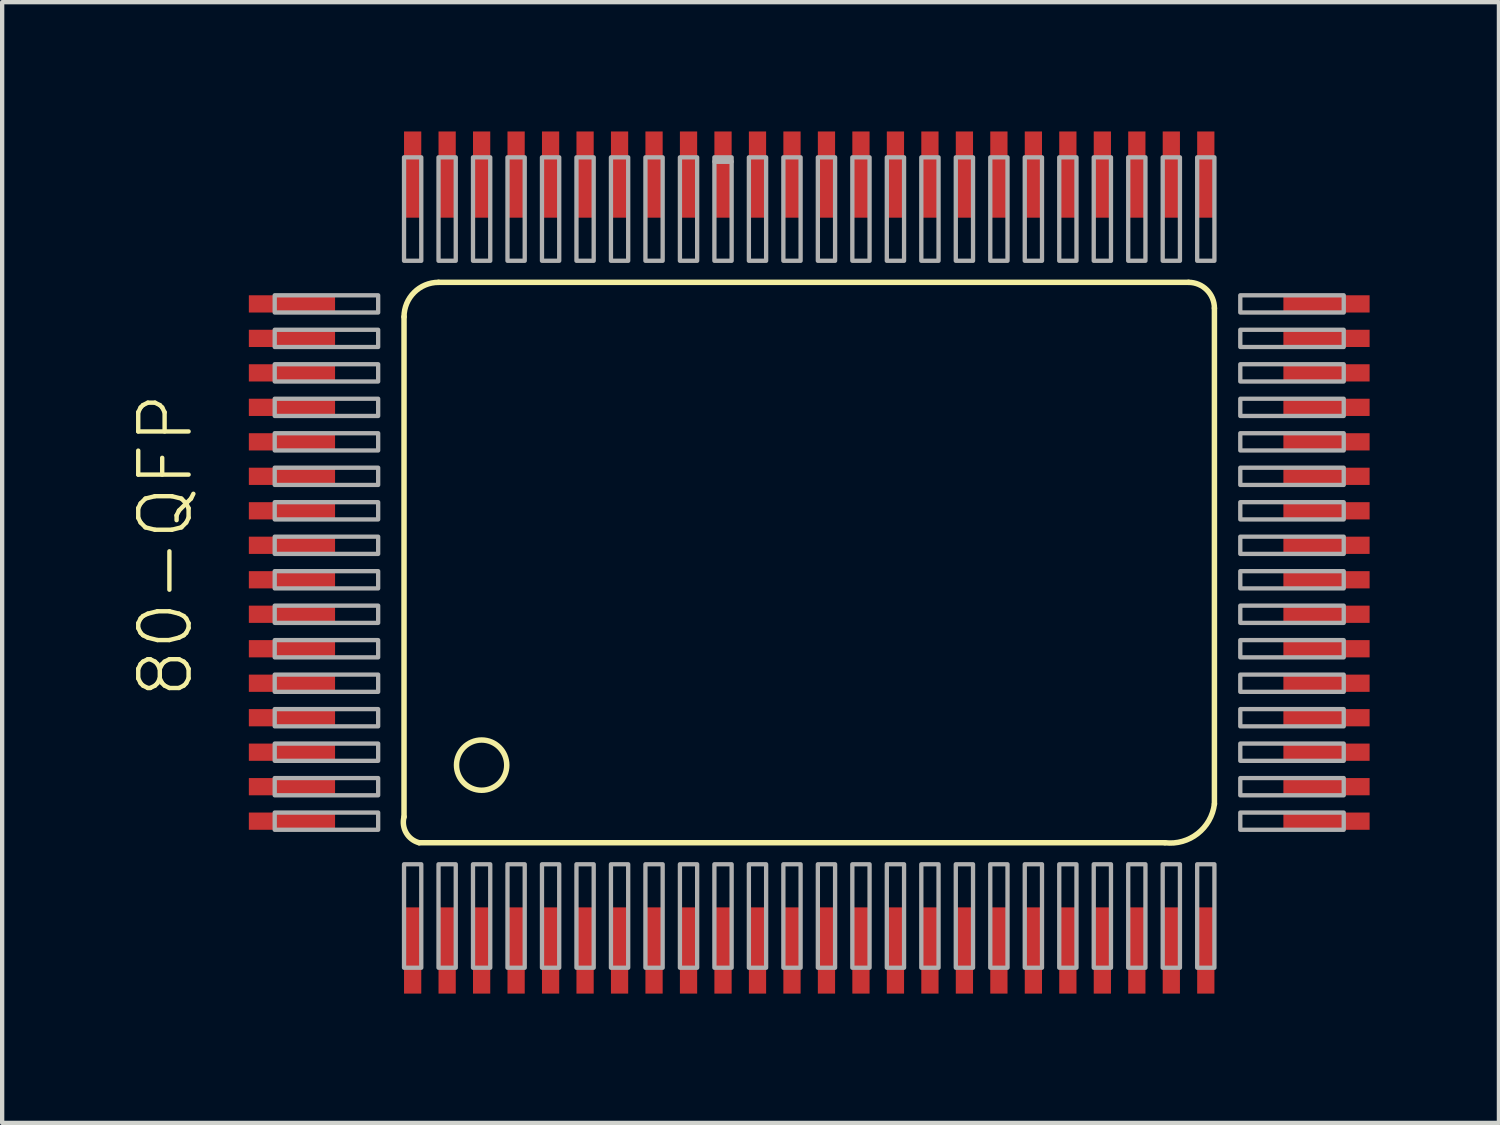
<source format=kicad_pcb>
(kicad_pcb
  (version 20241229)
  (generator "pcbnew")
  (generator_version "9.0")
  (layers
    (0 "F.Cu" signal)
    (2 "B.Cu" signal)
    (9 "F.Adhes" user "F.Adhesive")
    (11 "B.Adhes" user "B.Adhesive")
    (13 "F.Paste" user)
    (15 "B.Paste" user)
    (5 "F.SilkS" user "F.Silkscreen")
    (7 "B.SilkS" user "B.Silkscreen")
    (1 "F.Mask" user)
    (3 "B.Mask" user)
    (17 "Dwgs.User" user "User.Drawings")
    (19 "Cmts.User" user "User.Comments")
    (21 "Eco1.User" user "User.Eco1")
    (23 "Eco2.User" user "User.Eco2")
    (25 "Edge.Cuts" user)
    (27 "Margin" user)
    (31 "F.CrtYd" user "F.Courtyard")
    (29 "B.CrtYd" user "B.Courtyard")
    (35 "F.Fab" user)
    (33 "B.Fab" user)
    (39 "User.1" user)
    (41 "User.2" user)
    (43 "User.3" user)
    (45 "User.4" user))
  (footprint "80-QFP"
    (layer "F.Cu")
    (at 15.623 9.7)
    (property "Reference" "80-QFP" (at -14.15 3.5 90) (layer "F.SilkS") (effects (font (size 1.168 1.168) (thickness 0.102)) (justify left bottom)))
    (fp_line (start -9.3 6.2) (end -9.3 -5.4) (stroke (width 0.127) (type solid)) (layer "F.SilkS"))
    (fp_line (start -8.5 -6.2) (end 8.9 -6.2) (stroke (width 0.127) (type solid)) (layer "F.SilkS"))
    (fp_line (start 8.35 6.8) (end -8.95 6.8) (stroke (width 0.127) (type solid)) (layer "F.SilkS"))
    (fp_line (start 9.5 -5.6) (end 9.5 5.9) (stroke (width 0.127) (type solid)) (layer "F.SilkS"))
    (fp_arc (start -9.3 -5.4) (mid -9.065685 -5.965685) (end -8.5 -6.2) (stroke (width 0.127) (type solid)) (layer "F.SilkS"))
    (fp_arc (start -8.95 6.8) (mid -9.249264 6.572487) (end -9.3 6.2) (stroke (width 0.127) (type solid)) (layer "F.SilkS"))
    (fp_arc (start 8.9 -6.2) (mid 9.324264 -6.024264) (end 9.5 -5.6) (stroke (width 0.127) (type solid)) (layer "F.SilkS"))
    (fp_arc (start 9.5 5.9) (mid 9.111396 6.588173) (end 8.35 6.8) (stroke (width 0.127) (type solid)) (layer "F.SilkS"))
    (fp_circle (center -7.5 5) (end -6.917 5) (stroke (width 0.127) (type solid)) (fill no) (layer "F.SilkS"))
    (fp_poly (pts (xy -12.3 -5.5) (xy -9.9 -5.5) (xy -9.9 -5.9) (xy -12.3 -5.9)) (stroke (width 0.1) (type solid)) (fill no) (layer "F.Fab"))
    (fp_poly (pts (xy -12.3 -4.7) (xy -9.9 -4.7) (xy -9.9 -5.1) (xy -12.3 -5.1)) (stroke (width 0.1) (type solid)) (fill no) (layer "F.Fab"))
    (fp_poly (pts (xy -12.3 -3.9) (xy -9.9 -3.9) (xy -9.9 -4.3) (xy -12.3 -4.3)) (stroke (width 0.1) (type solid)) (fill no) (layer "F.Fab"))
    (fp_poly (pts (xy -12.3 -3.1) (xy -9.9 -3.1) (xy -9.9 -3.5) (xy -12.3 -3.5)) (stroke (width 0.1) (type solid)) (fill no) (layer "F.Fab"))
    (fp_poly (pts (xy -12.3 -2.3) (xy -9.9 -2.3) (xy -9.9 -2.7) (xy -12.3 -2.7)) (stroke (width 0.1) (type solid)) (fill no) (layer "F.Fab"))
    (fp_poly (pts (xy -12.3 -1.5) (xy -9.9 -1.5) (xy -9.9 -1.9) (xy -12.3 -1.9)) (stroke (width 0.1) (type solid)) (fill no) (layer "F.Fab"))
    (fp_poly (pts (xy -12.3 -0.7) (xy -9.9 -0.7) (xy -9.9 -1.1) (xy -12.3 -1.1)) (stroke (width 0.1) (type solid)) (fill no) (layer "F.Fab"))
    (fp_poly (pts (xy -12.3 0.1) (xy -9.9 0.1) (xy -9.9 -0.3) (xy -12.3 -0.3)) (stroke (width 0.1) (type solid)) (fill no) (layer "F.Fab"))
    (fp_poly (pts (xy -12.3 0.9) (xy -9.9 0.9) (xy -9.9 0.5) (xy -12.3 0.5)) (stroke (width 0.1) (type solid)) (fill no) (layer "F.Fab"))
    (fp_poly (pts (xy -12.3 1.7) (xy -9.9 1.7) (xy -9.9 1.3) (xy -12.3 1.3)) (stroke (width 0.1) (type solid)) (fill no) (layer "F.Fab"))
    (fp_poly (pts (xy -12.3 2.5) (xy -9.9 2.5) (xy -9.9 2.1) (xy -12.3 2.1)) (stroke (width 0.1) (type solid)) (fill no) (layer "F.Fab"))
    (fp_poly (pts (xy -12.3 3.3) (xy -9.9 3.3) (xy -9.9 2.9) (xy -12.3 2.9)) (stroke (width 0.1) (type solid)) (fill no) (layer "F.Fab"))
    (fp_poly (pts (xy -12.3 4.1) (xy -9.9 4.1) (xy -9.9 3.7) (xy -12.3 3.7)) (stroke (width 0.1) (type solid)) (fill no) (layer "F.Fab"))
    (fp_poly (pts (xy -12.3 4.9) (xy -9.9 4.9) (xy -9.9 4.5) (xy -12.3 4.5)) (stroke (width 0.1) (type solid)) (fill no) (layer "F.Fab"))
    (fp_poly (pts (xy -12.3 5.7) (xy -9.9 5.7) (xy -9.9 5.3) (xy -12.3 5.3)) (stroke (width 0.1) (type solid)) (fill no) (layer "F.Fab"))
    (fp_poly (pts (xy -12.3 6.5) (xy -9.9 6.5) (xy -9.9 6.1) (xy -12.3 6.1)) (stroke (width 0.1) (type solid)) (fill no) (layer "F.Fab"))
    (fp_poly (pts (xy -9.3 -6.7) (xy -8.9 -6.7) (xy -8.9 -9.1) (xy -9.3 -9.1)) (stroke (width 0.1) (type solid)) (fill no) (layer "F.Fab"))
    (fp_poly (pts (xy -9.3 9.7) (xy -8.9 9.7) (xy -8.9 7.3) (xy -9.3 7.3)) (stroke (width 0.1) (type solid)) (fill no) (layer "F.Fab"))
    (fp_poly (pts (xy -8.5 -6.7) (xy -8.1 -6.7) (xy -8.1 -9.1) (xy -8.5 -9.1)) (stroke (width 0.1) (type solid)) (fill no) (layer "F.Fab"))
    (fp_poly (pts (xy -8.5 9.7) (xy -8.1 9.7) (xy -8.1 7.3) (xy -8.5 7.3)) (stroke (width 0.1) (type solid)) (fill no) (layer "F.Fab"))
    (fp_poly (pts (xy -7.7 -6.7) (xy -7.3 -6.7) (xy -7.3 -9.1) (xy -7.7 -9.1)) (stroke (width 0.1) (type solid)) (fill no) (layer "F.Fab"))
    (fp_poly (pts (xy -7.7 9.7) (xy -7.3 9.7) (xy -7.3 7.3) (xy -7.7 7.3)) (stroke (width 0.1) (type solid)) (fill no) (layer "F.Fab"))
    (fp_poly (pts (xy -6.9 -6.7) (xy -6.5 -6.7) (xy -6.5 -9.1) (xy -6.9 -9.1)) (stroke (width 0.1) (type solid)) (fill no) (layer "F.Fab"))
    (fp_poly (pts (xy -6.9 9.7) (xy -6.5 9.7) (xy -6.5 7.3) (xy -6.9 7.3)) (stroke (width 0.1) (type solid)) (fill no) (layer "F.Fab"))
    (fp_poly (pts (xy -6.1 -6.7) (xy -5.7 -6.7) (xy -5.7 -9.1) (xy -6.1 -9.1)) (stroke (width 0.1) (type solid)) (fill no) (layer "F.Fab"))
    (fp_poly (pts (xy -6.1 9.7) (xy -5.7 9.7) (xy -5.7 7.3) (xy -6.1 7.3)) (stroke (width 0.1) (type solid)) (fill no) (layer "F.Fab"))
    (fp_poly (pts (xy -5.3 -6.7) (xy -4.9 -6.7) (xy -4.9 -9.1) (xy -5.3 -9.1)) (stroke (width 0.1) (type solid)) (fill no) (layer "F.Fab"))
    (fp_poly (pts (xy -5.3 9.7) (xy -4.9 9.7) (xy -4.9 7.3) (xy -5.3 7.3)) (stroke (width 0.1) (type solid)) (fill no) (layer "F.Fab"))
    (fp_poly (pts (xy -4.5 -6.7) (xy -4.1 -6.7) (xy -4.1 -9.1) (xy -4.5 -9.1)) (stroke (width 0.1) (type solid)) (fill no) (layer "F.Fab"))
    (fp_poly (pts (xy -4.5 9.7) (xy -4.1 9.7) (xy -4.1 7.3) (xy -4.5 7.3)) (stroke (width 0.1) (type solid)) (fill no) (layer "F.Fab"))
    (fp_poly (pts (xy -3.7 -6.7) (xy -3.3 -6.7) (xy -3.3 -9.1) (xy -3.7 -9.1)) (stroke (width 0.1) (type solid)) (fill no) (layer "F.Fab"))
    (fp_poly (pts (xy -3.7 9.7) (xy -3.3 9.7) (xy -3.3 7.3) (xy -3.7 7.3)) (stroke (width 0.1) (type solid)) (fill no) (layer "F.Fab"))
    (fp_poly (pts (xy -2.9 -6.7) (xy -2.5 -6.7) (xy -2.5 -9.1) (xy -2.9 -9.1)) (stroke (width 0.1) (type solid)) (fill no) (layer "F.Fab"))
    (fp_poly (pts (xy -2.9 9.7) (xy -2.5 9.7) (xy -2.5 7.3) (xy -2.9 7.3)) (stroke (width 0.1) (type solid)) (fill no) (layer "F.Fab"))
    (fp_poly (pts (xy -2.1 -9) (xy -1.7 -9) (xy -1.7 -9.1) (xy -2.1 -9.1)) (stroke (width 0.1) (type solid)) (fill no) (layer "F.Fab"))
    (fp_poly (pts (xy -2.1 -6.7) (xy -1.7 -6.7) (xy -1.7 -9) (xy -2.1 -9)) (stroke (width 0.1) (type solid)) (fill no) (layer "F.Fab"))
    (fp_poly (pts (xy -2.1 9.7) (xy -1.7 9.7) (xy -1.7 7.3) (xy -2.1 7.3)) (stroke (width 0.1) (type solid)) (fill no) (layer "F.Fab"))
    (fp_poly (pts (xy -1.3 -6.7) (xy -0.9 -6.7) (xy -0.9 -9.1) (xy -1.3 -9.1)) (stroke (width 0.1) (type solid)) (fill no) (layer "F.Fab"))
    (fp_poly (pts (xy -1.3 9.7) (xy -0.9 9.7) (xy -0.9 7.3) (xy -1.3 7.3)) (stroke (width 0.1) (type solid)) (fill no) (layer "F.Fab"))
    (fp_poly (pts (xy -0.5 -6.7) (xy -0.1 -6.7) (xy -0.1 -9.1) (xy -0.5 -9.1)) (stroke (width 0.1) (type solid)) (fill no) (layer "F.Fab"))
    (fp_poly (pts (xy -0.5 9.7) (xy -0.1 9.7) (xy -0.1 7.3) (xy -0.5 7.3)) (stroke (width 0.1) (type solid)) (fill no) (layer "F.Fab"))
    (fp_poly (pts (xy 0.3 -6.7) (xy 0.7 -6.7) (xy 0.7 -9.1) (xy 0.3 -9.1)) (stroke (width 0.1) (type solid)) (fill no) (layer "F.Fab"))
    (fp_poly (pts (xy 0.3 9.7) (xy 0.7 9.7) (xy 0.7 7.3) (xy 0.3 7.3)) (stroke (width 0.1) (type solid)) (fill no) (layer "F.Fab"))
    (fp_poly (pts (xy 1.1 -6.7) (xy 1.5 -6.7) (xy 1.5 -9.1) (xy 1.1 -9.1)) (stroke (width 0.1) (type solid)) (fill no) (layer "F.Fab"))
    (fp_poly (pts (xy 1.1 9.7) (xy 1.5 9.7) (xy 1.5 7.3) (xy 1.1 7.3)) (stroke (width 0.1) (type solid)) (fill no) (layer "F.Fab"))
    (fp_poly (pts (xy 1.9 -6.7) (xy 2.3 -6.7) (xy 2.3 -9.1) (xy 1.9 -9.1)) (stroke (width 0.1) (type solid)) (fill no) (layer "F.Fab"))
    (fp_poly (pts (xy 1.9 9.7) (xy 2.3 9.7) (xy 2.3 7.3) (xy 1.9 7.3)) (stroke (width 0.1) (type solid)) (fill no) (layer "F.Fab"))
    (fp_poly (pts (xy 2.7 -6.7) (xy 3.1 -6.7) (xy 3.1 -9.1) (xy 2.7 -9.1)) (stroke (width 0.1) (type solid)) (fill no) (layer "F.Fab"))
    (fp_poly (pts (xy 2.7 9.7) (xy 3.1 9.7) (xy 3.1 7.3) (xy 2.7 7.3)) (stroke (width 0.1) (type solid)) (fill no) (layer "F.Fab"))
    (fp_poly (pts (xy 3.5 -6.7) (xy 3.9 -6.7) (xy 3.9 -9.1) (xy 3.5 -9.1)) (stroke (width 0.1) (type solid)) (fill no) (layer "F.Fab"))
    (fp_poly (pts (xy 3.5 9.7) (xy 3.9 9.7) (xy 3.9 7.3) (xy 3.5 7.3)) (stroke (width 0.1) (type solid)) (fill no) (layer "F.Fab"))
    (fp_poly (pts (xy 4.3 -6.7) (xy 4.7 -6.7) (xy 4.7 -9.1) (xy 4.3 -9.1)) (stroke (width 0.1) (type solid)) (fill no) (layer "F.Fab"))
    (fp_poly (pts (xy 4.3 9.7) (xy 4.7 9.7) (xy 4.7 7.3) (xy 4.3 7.3)) (stroke (width 0.1) (type solid)) (fill no) (layer "F.Fab"))
    (fp_poly (pts (xy 5.1 -6.7) (xy 5.5 -6.7) (xy 5.5 -9.1) (xy 5.1 -9.1)) (stroke (width 0.1) (type solid)) (fill no) (layer "F.Fab"))
    (fp_poly (pts (xy 5.1 9.7) (xy 5.5 9.7) (xy 5.5 7.3) (xy 5.1 7.3)) (stroke (width 0.1) (type solid)) (fill no) (layer "F.Fab"))
    (fp_poly (pts (xy 5.9 -6.7) (xy 6.3 -6.7) (xy 6.3 -9.1) (xy 5.9 -9.1)) (stroke (width 0.1) (type solid)) (fill no) (layer "F.Fab"))
    (fp_poly (pts (xy 5.9 9.7) (xy 6.3 9.7) (xy 6.3 7.3) (xy 5.9 7.3)) (stroke (width 0.1) (type solid)) (fill no) (layer "F.Fab"))
    (fp_poly (pts (xy 6.7 -6.7) (xy 7.1 -6.7) (xy 7.1 -9.1) (xy 6.7 -9.1)) (stroke (width 0.1) (type solid)) (fill no) (layer "F.Fab"))
    (fp_poly (pts (xy 6.7 9.7) (xy 7.1 9.7) (xy 7.1 7.3) (xy 6.7 7.3)) (stroke (width 0.1) (type solid)) (fill no) (layer "F.Fab"))
    (fp_poly (pts (xy 7.5 -6.7) (xy 7.9 -6.7) (xy 7.9 -9.1) (xy 7.5 -9.1)) (stroke (width 0.1) (type solid)) (fill no) (layer "F.Fab"))
    (fp_poly (pts (xy 7.5 9.7) (xy 7.9 9.7) (xy 7.9 7.3) (xy 7.5 7.3)) (stroke (width 0.1) (type solid)) (fill no) (layer "F.Fab"))
    (fp_poly (pts (xy 8.3 -6.7) (xy 8.7 -6.7) (xy 8.7 -9.1) (xy 8.3 -9.1)) (stroke (width 0.1) (type solid)) (fill no) (layer "F.Fab"))
    (fp_poly (pts (xy 8.3 9.7) (xy 8.7 9.7) (xy 8.7 7.3) (xy 8.3 7.3)) (stroke (width 0.1) (type solid)) (fill no) (layer "F.Fab"))
    (fp_poly (pts (xy 9.1 -6.7) (xy 9.5 -6.7) (xy 9.5 -9.1) (xy 9.1 -9.1)) (stroke (width 0.1) (type solid)) (fill no) (layer "F.Fab"))
    (fp_poly (pts (xy 9.1 9.7) (xy 9.5 9.7) (xy 9.5 7.3) (xy 9.1 7.3)) (stroke (width 0.1) (type solid)) (fill no) (layer "F.Fab"))
    (fp_poly (pts (xy 10.1 -5.5) (xy 12.5 -5.5) (xy 12.5 -5.9) (xy 10.1 -5.9)) (stroke (width 0.1) (type solid)) (fill no) (layer "F.Fab"))
    (fp_poly (pts (xy 10.1 -4.7) (xy 12.5 -4.7) (xy 12.5 -5.1) (xy 10.1 -5.1)) (stroke (width 0.1) (type solid)) (fill no) (layer "F.Fab"))
    (fp_poly (pts (xy 10.1 -3.9) (xy 12.5 -3.9) (xy 12.5 -4.3) (xy 10.1 -4.3)) (stroke (width 0.1) (type solid)) (fill no) (layer "F.Fab"))
    (fp_poly (pts (xy 10.1 -3.1) (xy 12.5 -3.1) (xy 12.5 -3.5) (xy 10.1 -3.5)) (stroke (width 0.1) (type solid)) (fill no) (layer "F.Fab"))
    (fp_poly (pts (xy 10.1 -2.3) (xy 12.5 -2.3) (xy 12.5 -2.7) (xy 10.1 -2.7)) (stroke (width 0.1) (type solid)) (fill no) (layer "F.Fab"))
    (fp_poly (pts (xy 10.1 -1.5) (xy 12.5 -1.5) (xy 12.5 -1.9) (xy 10.1 -1.9)) (stroke (width 0.1) (type solid)) (fill no) (layer "F.Fab"))
    (fp_poly (pts (xy 10.1 -0.7) (xy 12.5 -0.7) (xy 12.5 -1.1) (xy 10.1 -1.1)) (stroke (width 0.1) (type solid)) (fill no) (layer "F.Fab"))
    (fp_poly (pts (xy 10.1 0.1) (xy 12.5 0.1) (xy 12.5 -0.3) (xy 10.1 -0.3)) (stroke (width 0.1) (type solid)) (fill no) (layer "F.Fab"))
    (fp_poly (pts (xy 10.1 0.9) (xy 12.5 0.9) (xy 12.5 0.5) (xy 10.1 0.5)) (stroke (width 0.1) (type solid)) (fill no) (layer "F.Fab"))
    (fp_poly (pts (xy 10.1 1.7) (xy 12.5 1.7) (xy 12.5 1.3) (xy 10.1 1.3)) (stroke (width 0.1) (type solid)) (fill no) (layer "F.Fab"))
    (fp_poly (pts (xy 10.1 2.5) (xy 12.5 2.5) (xy 12.5 2.1) (xy 10.1 2.1)) (stroke (width 0.1) (type solid)) (fill no) (layer "F.Fab"))
    (fp_poly (pts (xy 10.1 3.3) (xy 12.5 3.3) (xy 12.5 2.9) (xy 10.1 2.9)) (stroke (width 0.1) (type solid)) (fill no) (layer "F.Fab"))
    (fp_poly (pts (xy 10.1 4.1) (xy 12.5 4.1) (xy 12.5 3.7) (xy 10.1 3.7)) (stroke (width 0.1) (type solid)) (fill no) (layer "F.Fab"))
    (fp_poly (pts (xy 10.1 4.9) (xy 12.5 4.9) (xy 12.5 4.5) (xy 10.1 4.5)) (stroke (width 0.1) (type solid)) (fill no) (layer "F.Fab"))
    (fp_poly (pts (xy 10.1 5.7) (xy 12.5 5.7) (xy 12.5 5.3) (xy 10.1 5.3)) (stroke (width 0.1) (type solid)) (fill no) (layer "F.Fab"))
    (fp_poly (pts (xy 10.1 6.5) (xy 12.5 6.5) (xy 12.5 6.1) (xy 10.1 6.1)) (stroke (width 0.1) (type solid)) (fill no) (layer "F.Fab"))
    (pad "1.A0" smd rect (at -9.1 9.3 270) (size 2 0.4) (layers "F.Cu" "F.Mask" "F.Paste"))
    (pad "2.A1" smd rect (at -8.3 9.3 90) (size 2 0.4) (layers "F.Cu" "F.Mask" "F.Paste"))
    (pad "3.A2" smd rect (at -7.5 9.3 90) (size 2 0.4) (layers "F.Cu" "F.Mask" "F.Paste"))
    (pad "4./CS" smd rect (at -6.7 9.3 90) (size 2 0.4) (layers "F.Cu" "F.Mask" "F.Paste"))
    (pad "5./RD" smd rect (at -5.9 9.3 90) (size 2 0.4) (layers "F.Cu" "F.Mask" "F.Paste"))
    (pad "6./WR" smd rect (at -5.1 9.3 90) (size 2 0.4) (layers "F.Cu" "F.Mask" "F.Paste"))
    (pad "7./IC" smd rect (at -4.3 9.3 90) (size 2 0.4) (layers "F.Cu" "F.Mask" "F.Paste"))
    (pad "8.VDD" smd rect (at -3.5 9.3 90) (size 2 0.4) (layers "F.Cu" "F.Mask" "F.Paste"))
    (pad "9./IRQ" smd rect (at -2.7 9.3 90) (size 2 0.4) (layers "F.Cu" "F.Mask" "F.Paste"))
    (pad "10./D0" smd rect (at -1.9 9.3 90) (size 2 0.4) (layers "F.Cu" "F.Mask" "F.Paste"))
    (pad "11.D1" smd rect (at -1.1 9.3 90) (size 2 0.4) (layers "F.Cu" "F.Mask" "F.Paste"))
    (pad "12.D2" smd rect (at -0.3 9.3 90) (size 2 0.4) (layers "F.Cu" "F.Mask" "F.Paste"))
    (pad "13.D3" smd rect (at 0.5 9.3 90) (size 2 0.4) (layers "F.Cu" "F.Mask" "F.Paste"))
    (pad "14.D4" smd rect (at 1.3 9.3 90) (size 2 0.4) (layers "F.Cu" "F.Mask" "F.Paste"))
    (pad "15.D5" smd rect (at 2.1 9.3 90) (size 2 0.4) (layers "F.Cu" "F.Mask" "F.Paste"))
    (pad "16.D6" smd rect (at 2.9 9.3 90) (size 2 0.4) (layers "F.Cu" "F.Mask" "F.Paste"))
    (pad "17.D7" smd rect (at 3.7 9.3 90) (size 2 0.4) (layers "F.Cu" "F.Mask" "F.Paste"))
    (pad "18.VSS" smd rect (at 4.5 9.3 90) (size 2 0.4) (layers "F.Cu" "F.Mask" "F.Paste"))
    (pad "19.CLKO" smd rect (at 5.3 9.3 90) (size 2 0.4) (layers "F.Cu" "F.Mask" "F.Paste"))
    (pad "20.BCO" smd rect (at 6.1 9.3 90) (size 2 0.4) (layers "F.Cu" "F.Mask" "F.Paste"))
    (pad "21.LRO" smd rect (at 6.9 9.3 90) (size 2 0.4) (layers "F.Cu" "F.Mask" "F.Paste"))
    (pad "22.DO0" smd rect (at 7.7 9.3 90) (size 2 0.4) (layers "F.Cu" "F.Mask" "F.Paste"))
    (pad "23.DO1" smd rect (at 8.5 9.3 90) (size 2 0.4) (layers "F.Cu" "F.Mask" "F.Paste"))
    (pad "24.DO2" smd rect (at 9.3 9.3 90) (size 2 0.4) (layers "F.Cu" "F.Mask" "F.Paste"))
    (pad "25./MCS0" smd rect (at 12.1 6.3 180) (size 2 0.4) (layers "F.Cu" "F.Mask" "F.Paste"))
    (pad "26./MCS1" smd rect (at 12.1 5.5 180) (size 2 0.4) (layers "F.Cu" "F.Mask" "F.Paste"))
    (pad "27./MCS2" smd rect (at 12.1 4.7 180) (size 2 0.4) (layers "F.Cu" "F.Mask" "F.Paste"))
    (pad "28./MCS3" smd rect (at 12.1 3.9 180) (size 2 0.4) (layers "F.Cu" "F.Mask" "F.Paste"))
    (pad "29./MCS4" smd rect (at 12.1 3.1 180) (size 2 0.4) (layers "F.Cu" "F.Mask" "F.Paste"))
    (pad "30./MCS5" smd rect (at 12.1 2.3 180) (size 2 0.4) (layers "F.Cu" "F.Mask" "F.Paste"))
    (pad "31.N.C" smd rect (at 12.1 1.5) (size 2 0.4) (layers "F.Cu" "F.Mask" "F.Paste"))
    (pad "32.VDD" smd rect (at 12.1 0.7) (size 2 0.4) (layers "F.Cu" "F.Mask" "F.Paste"))
    (pad "33.N.C" smd rect (at 12.1 -0.1) (size 2 0.4) (layers "F.Cu" "F.Mask" "F.Paste"))
    (pad "34.N.C" smd rect (at 12.1 -0.9) (size 2 0.4) (layers "F.Cu" "F.Mask" "F.Paste"))
    (pad "35.N.C" smd rect (at 12.1 -1.7) (size 2 0.4) (layers "F.Cu" "F.Mask" "F.Paste"))
    (pad "36./MCS6" smd rect (at 12.1 -2.5) (size 2 0.4) (layers "F.Cu" "F.Mask" "F.Paste"))
    (pad "37.VSS" smd rect (at 12.1 -3.3) (size 2 0.4) (layers "F.Cu" "F.Mask" "F.Paste"))
    (pad "38./MCS7" smd rect (at 12.1 -4.1) (size 2 0.4) (layers "F.Cu" "F.Mask" "F.Paste"))
    (pad "39./MSC8" smd rect (at 12.1 -4.9) (size 2 0.4) (layers "F.Cu" "F.Mask" "F.Paste"))
    (pad "40./MCS9" smd rect (at 12.1 -5.7) (size 2 0.4) (layers "F.Cu" "F.Mask" "F.Paste"))
    (pad "41.WD4" smd rect (at 9.3 -8.7 270) (size 2 0.4) (layers "F.Cu" "F.Mask" "F.Paste"))
    (pad "42.WD3" smd rect (at 8.5 -8.7 270) (size 2 0.4) (layers "F.Cu" "F.Mask" "F.Paste"))
    (pad "43.WD5" smd rect (at 7.7 -8.7 270) (size 2 0.4) (layers "F.Cu" "F.Mask" "F.Paste"))
    (pad "44.WD2" smd rect (at 6.9 -8.7 270) (size 2 0.4) (layers "F.Cu" "F.Mask" "F.Paste"))
    (pad "45.WCO" smd rect (at 6.1 -8.7 270) (size 2 0.4) (layers "F.Cu" "F.Mask" "F.Paste"))
    (pad "46.MD6" smd rect (at 5.3 -8.7 270) (size 2 0.4) (layers "F.Cu" "F.Mask" "F.Paste"))
    (pad "47.MD1" smd rect (at 4.5 -8.7 270) (size 2 0.4) (layers "F.Cu" "F.Mask" "F.Paste"))
    (pad "48.MD7" smd rect (at 3.7 -8.7 270) (size 2 0.4) (layers "F.Cu" "F.Mask" "F.Paste"))
    (pad "49.MD0" smd rect (at 2.9 -8.7 270) (size 2 0.4) (layers "F.Cu" "F.Mask" "F.Paste"))
    (pad "50./MRD" smd rect (at 2.1 -8.7 270) (size 2 0.4) (layers "F.Cu" "F.Mask" "F.Paste"))
    (pad "51./MA16" smd rect (at 1.3 -8.7 270) (size 2 0.4) (layers "F.Cu" "F.Mask" "F.Paste"))
    (pad "52.MA0" smd rect (at 0.5 -8.7 270) (size 2 0.4) (layers "F.Cu" "F.Mask" "F.Paste"))
    (pad "53.MA15" smd rect (at -0.3 -8.7 270) (size 2 0.4) (layers "F.Cu" "F.Mask" "F.Paste"))
    (pad "54.MA1" smd rect (at -1.1 -8.7 270) (size 2 0.4) (layers "F.Cu" "F.Mask" "F.Paste"))
    (pad "55.VDD" smd rect (at -1.9 -8.7 270) (size 2 0.4) (layers "F.Cu" "F.Mask" "F.Paste"))
    (pad "56.MA14" smd rect (at -2.7 -8.7 270) (size 2 0.4) (layers "F.Cu" "F.Mask" "F.Paste"))
    (pad "57.MA2" smd rect (at -3.5 -8.7 270) (size 2 0.4) (layers "F.Cu" "F.Mask" "F.Paste"))
    (pad "58.MA13" smd rect (at -4.3 -8.7 270) (size 2 0.4) (layers "F.Cu" "F.Mask" "F.Paste"))
    (pad "59.MA3" smd rect (at -5.1 -8.7 270) (size 2 0.4) (layers "F.Cu" "F.Mask" "F.Paste"))
    (pad "60.MA12" smd rect (at -5.9 -8.7 270) (size 2 0.4) (layers "F.Cu" "F.Mask" "F.Paste"))
    (pad "61.MA4" smd rect (at -6.7 -8.7 270) (size 2 0.4) (layers "F.Cu" "F.Mask" "F.Paste"))
    (pad "62.MA11" smd rect (at -7.5 -8.7 270) (size 2 0.4) (layers "F.Cu" "F.Mask" "F.Paste"))
    (pad "63.MA5" smd rect (at -8.3 -8.7 270) (size 2 0.4) (layers "F.Cu" "F.Mask" "F.Paste"))
    (pad "64.MA10" smd rect (at -9.1 -8.7 270) (size 2 0.4) (layers "F.Cu" "F.Mask" "F.Paste"))
    (pad "65.VSS" smd rect (at -11.9 -5.7 180) (size 2 0.4) (layers "F.Cu" "F.Mask" "F.Paste"))
    (pad "66./MWR" smd rect (at -11.9 -4.9 180) (size 2 0.4) (layers "F.Cu" "F.Mask" "F.Paste"))
    (pad "67.MA6" smd rect (at -11.9 -4.1 180) (size 2 0.4) (layers "F.Cu" "F.Mask" "F.Paste"))
    (pad "68.MA9" smd rect (at -11.9 -3.3 180) (size 2 0.4) (layers "F.Cu" "F.Mask" "F.Paste"))
    (pad "69.MA7" smd rect (at -11.9 -2.5 180) (size 2 0.4) (layers "F.Cu" "F.Mask" "F.Paste"))
    (pad "70.MA8" smd rect (at -11.9 -1.7 180) (size 2 0.4) (layers "F.Cu" "F.Mask" "F.Paste"))
    (pad "71.MA17" smd rect (at -11.9 -0.9 180) (size 2 0.4) (layers "F.Cu" "F.Mask" "F.Paste"))
    (pad "72.VDD" smd rect (at -11.9 -0.1 180) (size 2 0.4) (layers "F.Cu" "F.Mask" "F.Paste"))
    (pad "73.MA18" smd rect (at -11.9 0.7 180) (size 2 0.4) (layers "F.Cu" "F.Mask" "F.Paste"))
    (pad "74.MA19" smd rect (at -11.9 1.5 180) (size 2 0.4) (layers "F.Cu" "F.Mask" "F.Paste"))
    (pad "75.MA20" smd rect (at -11.9 2.3 180) (size 2 0.4) (layers "F.Cu" "F.Mask" "F.Paste"))
    (pad "76.XO" smd rect (at -11.9 3.1 180) (size 2 0.4) (layers "F.Cu" "F.Mask" "F.Paste"))
    (pad "77.XI" smd rect (at -11.9 3.9 180) (size 2 0.4) (layers "F.Cu" "F.Mask" "F.Paste"))
    (pad "78.VSS" smd rect (at -11.9 4.7 180) (size 2 0.4) (layers "F.Cu" "F.Mask" "F.Paste"))
    (pad "79./TST1" smd rect (at -11.9 5.5 180) (size 2 0.4) (layers "F.Cu" "F.Mask" "F.Paste"))
    (pad "80./TST2" smd rect (at -11.9 6.3 180) (size 2 0.4) (layers "F.Cu" "F.Mask" "F.Paste")))
  (gr_rect
    (start -3 -3)
    (end 31.723 23)
    (stroke (width 0.1) (type default))
    (fill no)
    (layer "Edge.Cuts")))
</source>
